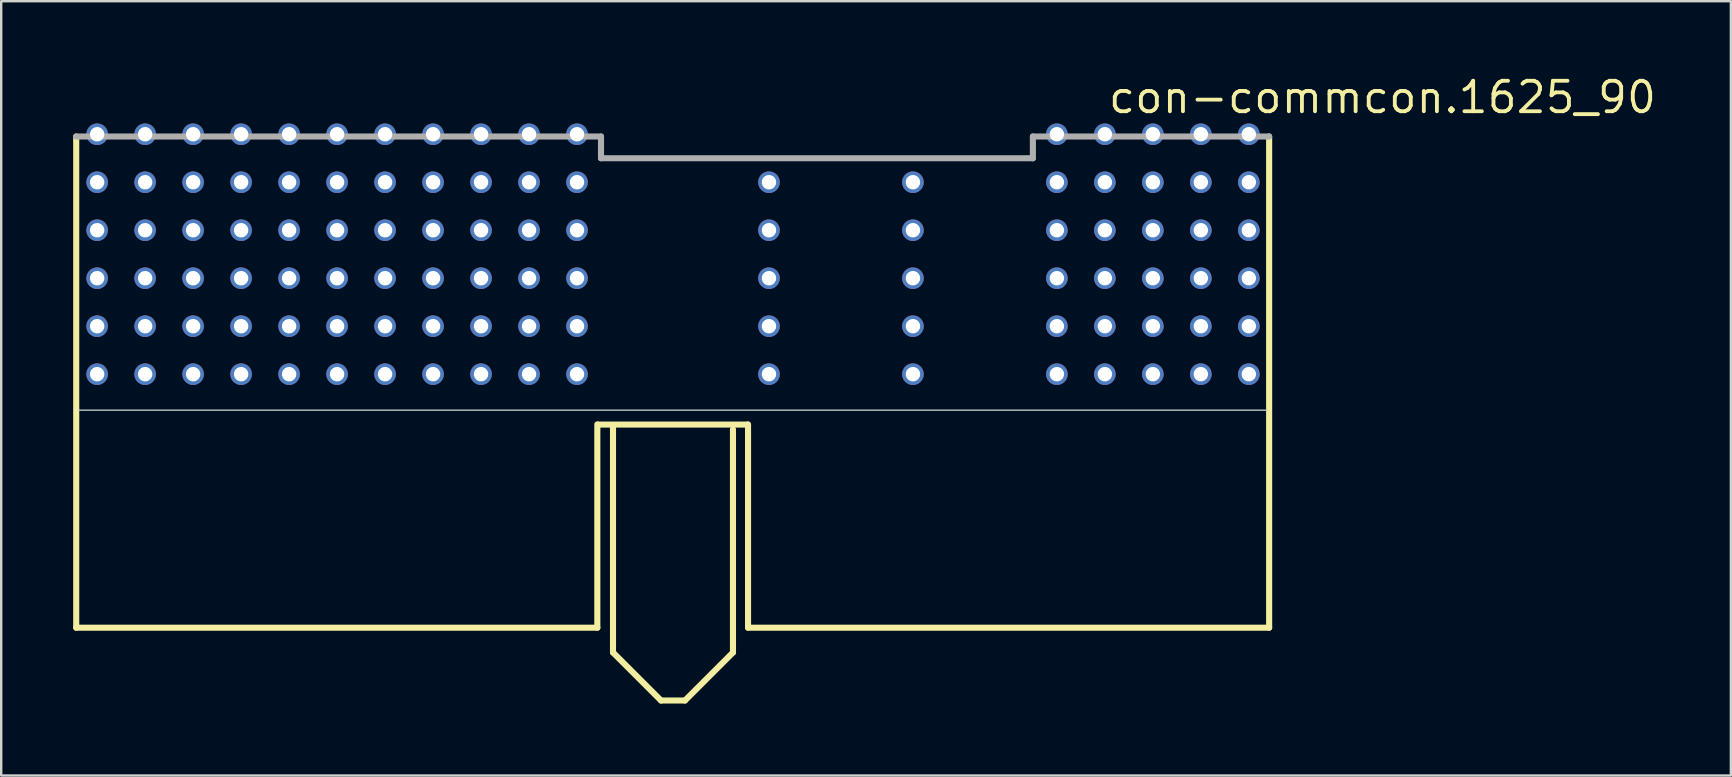
<source format=kicad_pcb>
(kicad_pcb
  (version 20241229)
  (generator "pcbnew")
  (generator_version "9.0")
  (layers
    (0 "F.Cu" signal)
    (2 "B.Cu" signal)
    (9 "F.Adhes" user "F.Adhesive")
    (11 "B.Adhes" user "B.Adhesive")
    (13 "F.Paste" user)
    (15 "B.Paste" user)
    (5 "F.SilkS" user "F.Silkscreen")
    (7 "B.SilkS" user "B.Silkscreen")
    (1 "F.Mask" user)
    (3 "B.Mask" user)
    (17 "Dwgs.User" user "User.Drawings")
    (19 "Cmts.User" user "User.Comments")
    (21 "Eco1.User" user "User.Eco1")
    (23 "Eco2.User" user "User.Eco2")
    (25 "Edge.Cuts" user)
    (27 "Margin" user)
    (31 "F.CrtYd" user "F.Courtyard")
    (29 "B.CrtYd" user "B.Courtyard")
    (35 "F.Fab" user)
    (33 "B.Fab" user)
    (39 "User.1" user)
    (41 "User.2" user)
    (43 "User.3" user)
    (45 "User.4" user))
  (footprint "con-commcon.1625_90"
    (layer "F.Cu")
    (at 24.999 13.815)
    (property "Reference" "con-commcon.1625_90" (at 18.065 -12.065 0) (layer "F.SilkS") (effects (font (size 1.27 1.27) (thickness 0.16)) (justify left bottom)))
    (attr through_hole)
    (fp_line (start -24.872 -11.176) (end -24.872 9.296) (stroke (width 0.254) (type default)) (layer "F.SilkS"))
    (fp_line (start -24.872 9.296) (end -3.153 9.296) (stroke (width 0.254) (type default)) (layer "F.SilkS"))
    (fp_line (start -3.153 9.296) (end -3.153 0.824) (stroke (width 0.254) (type default)) (layer "F.SilkS"))
    (fp_line (start -3.1 0.83) (end 3.1 0.83) (stroke (width 0.254) (type default)) (layer "F.SilkS"))
    (fp_line (start -2.5 10.33) (end -2.5 0.93) (stroke (width 0.254) (type default)) (layer "F.SilkS"))
    (fp_line (start -2.5 10.33) (end -0.5 12.33) (stroke (width 0.254) (type default)) (layer "F.SilkS"))
    (fp_line (start -0.5 12.33) (end 0.5 12.33) (stroke (width 0.254) (type default)) (layer "F.SilkS"))
    (fp_line (start 0.5 12.33) (end 2.5 10.33) (stroke (width 0.254) (type default)) (layer "F.SilkS"))
    (fp_line (start 2.5 10.33) (end 2.5 1.03) (stroke (width 0.254) (type default)) (layer "F.SilkS"))
    (fp_line (start 3.128 0.824) (end 3.128 9.296) (stroke (width 0.254) (type default)) (layer "F.SilkS"))
    (fp_line (start 3.128 9.296) (end 24.847 9.296) (stroke (width 0.254) (type default)) (layer "F.SilkS"))
    (fp_line (start 24.847 9.296) (end 24.847 -11.176) (stroke (width 0.254) (type default)) (layer "F.SilkS"))
    (fp_line (start -24.789 0.23) (end 24.789 0.23) (stroke (width 0.051) (type default)) (layer "Edge.Cuts"))
    (fp_line (start -3 -11.176) (end -24.872 -11.176) (stroke (width 0.254) (type default)) (layer "F.Fab"))
    (fp_line (start -3 -10.27) (end -3 -11.176) (stroke (width 0.254) (type default)) (layer "F.Fab"))
    (fp_line (start 15 -11.176) (end 15 -10.27) (stroke (width 0.254) (type default)) (layer "F.Fab"))
    (fp_line (start 15 -10.27) (end -3 -10.27) (stroke (width 0.254) (type default)) (layer "F.Fab"))
    (fp_line (start 24.847 -11.176) (end 15 -11.176) (stroke (width 0.254) (type default)) (layer "F.Fab"))
    (pad "A1" thru_hole circle (at 24 -1.27) (size 0.9 0.9) (drill 0.6) (layers "*.Cu" "*.Mask"))
    (pad "A2" thru_hole circle (at 22 -1.27) (size 0.9 0.9) (drill 0.6) (layers "*.Cu" "*.Mask"))
    (pad "A3" thru_hole circle (at 20 -1.27) (size 0.9 0.9) (drill 0.6) (layers "*.Cu" "*.Mask"))
    (pad "A4" thru_hole circle (at 18 -1.27) (size 0.9 0.9) (drill 0.6) (layers "*.Cu" "*.Mask"))
    (pad "A5" thru_hole circle (at 16 -1.27) (size 0.9 0.9) (drill 0.6) (layers "*.Cu" "*.Mask"))
    (pad "A8" thru_hole circle (at 10 -1.27) (size 0.9 0.9) (drill 0.6) (layers "*.Cu" "*.Mask"))
    (pad "A11" thru_hole circle (at 4 -1.27) (size 0.9 0.9) (drill 0.6) (layers "*.Cu" "*.Mask"))
    (pad "A12" thru_hole circle (at -4 -1.27) (size 0.9 0.9) (drill 0.6) (layers "*.Cu" "*.Mask"))
    (pad "A13" thru_hole circle (at -6 -1.27) (size 0.9 0.9) (drill 0.6) (layers "*.Cu" "*.Mask"))
    (pad "A14" thru_hole circle (at -8 -1.27) (size 0.9 0.9) (drill 0.6) (layers "*.Cu" "*.Mask"))
    (pad "A15" thru_hole circle (at -10 -1.27) (size 0.9 0.9) (drill 0.6) (layers "*.Cu" "*.Mask"))
    (pad "A16" thru_hole circle (at -12 -1.27) (size 0.9 0.9) (drill 0.6) (layers "*.Cu" "*.Mask"))
    (pad "A17" thru_hole circle (at -14 -1.27) (size 0.9 0.9) (drill 0.6) (layers "*.Cu" "*.Mask"))
    (pad "A18" thru_hole circle (at -16 -1.27) (size 0.9 0.9) (drill 0.6) (layers "*.Cu" "*.Mask"))
    (pad "A19" thru_hole circle (at -18 -1.27) (size 0.9 0.9) (drill 0.6) (layers "*.Cu" "*.Mask"))
    (pad "A20" thru_hole circle (at -20 -1.27) (size 0.9 0.9) (drill 0.6) (layers "*.Cu" "*.Mask"))
    (pad "A21" thru_hole circle (at -22 -1.27) (size 0.9 0.9) (drill 0.6) (layers "*.Cu" "*.Mask"))
    (pad "A22" thru_hole circle (at -24 -1.27) (size 0.9 0.9) (drill 0.6) (layers "*.Cu" "*.Mask"))
    (pad "B1" thru_hole circle (at 24 -3.27) (size 0.9 0.9) (drill 0.6) (layers "*.Cu" "*.Mask"))
    (pad "B2" thru_hole circle (at 22 -3.27) (size 0.9 0.9) (drill 0.6) (layers "*.Cu" "*.Mask"))
    (pad "B3" thru_hole circle (at 20 -3.27) (size 0.9 0.9) (drill 0.6) (layers "*.Cu" "*.Mask"))
    (pad "B4" thru_hole circle (at 18 -3.27) (size 0.9 0.9) (drill 0.6) (layers "*.Cu" "*.Mask"))
    (pad "B5" thru_hole circle (at 16 -3.27) (size 0.9 0.9) (drill 0.6) (layers "*.Cu" "*.Mask"))
    (pad "B8" thru_hole circle (at 10 -3.27) (size 0.9 0.9) (drill 0.6) (layers "*.Cu" "*.Mask"))
    (pad "B11" thru_hole circle (at 4 -3.27) (size 0.9 0.9) (drill 0.6) (layers "*.Cu" "*.Mask"))
    (pad "B12" thru_hole circle (at -4 -3.27) (size 0.9 0.9) (drill 0.6) (layers "*.Cu" "*.Mask"))
    (pad "B13" thru_hole circle (at -6 -3.27) (size 0.9 0.9) (drill 0.6) (layers "*.Cu" "*.Mask"))
    (pad "B14" thru_hole circle (at -8 -3.27) (size 0.9 0.9) (drill 0.6) (layers "*.Cu" "*.Mask"))
    (pad "B15" thru_hole circle (at -10 -3.27) (size 0.9 0.9) (drill 0.6) (layers "*.Cu" "*.Mask"))
    (pad "B16" thru_hole circle (at -12 -3.27) (size 0.9 0.9) (drill 0.6) (layers "*.Cu" "*.Mask"))
    (pad "B17" thru_hole circle (at -14 -3.27) (size 0.9 0.9) (drill 0.6) (layers "*.Cu" "*.Mask"))
    (pad "B18" thru_hole circle (at -16 -3.27) (size 0.9 0.9) (drill 0.6) (layers "*.Cu" "*.Mask"))
    (pad "B19" thru_hole circle (at -18 -3.27) (size 0.9 0.9) (drill 0.6) (layers "*.Cu" "*.Mask"))
    (pad "B20" thru_hole circle (at -20 -3.27) (size 0.9 0.9) (drill 0.6) (layers "*.Cu" "*.Mask"))
    (pad "B21" thru_hole circle (at -22 -3.27) (size 0.9 0.9) (drill 0.6) (layers "*.Cu" "*.Mask"))
    (pad "B22" thru_hole circle (at -24 -3.27) (size 0.9 0.9) (drill 0.6) (layers "*.Cu" "*.Mask"))
    (pad "C1" thru_hole circle (at 24 -5.27) (size 0.9 0.9) (drill 0.6) (layers "*.Cu" "*.Mask"))
    (pad "C2" thru_hole circle (at 22 -5.27) (size 0.9 0.9) (drill 0.6) (layers "*.Cu" "*.Mask"))
    (pad "C3" thru_hole circle (at 20 -5.27) (size 0.9 0.9) (drill 0.6) (layers "*.Cu" "*.Mask"))
    (pad "C4" thru_hole circle (at 18 -5.27) (size 0.9 0.9) (drill 0.6) (layers "*.Cu" "*.Mask"))
    (pad "C5" thru_hole circle (at 16 -5.27) (size 0.9 0.9) (drill 0.6) (layers "*.Cu" "*.Mask"))
    (pad "C8" thru_hole circle (at 10 -5.27) (size 0.9 0.9) (drill 0.6) (layers "*.Cu" "*.Mask"))
    (pad "C11" thru_hole circle (at 4 -5.27) (size 0.9 0.9) (drill 0.6) (layers "*.Cu" "*.Mask"))
    (pad "C12" thru_hole circle (at -4 -5.27) (size 0.9 0.9) (drill 0.6) (layers "*.Cu" "*.Mask"))
    (pad "C13" thru_hole circle (at -6 -5.27) (size 0.9 0.9) (drill 0.6) (layers "*.Cu" "*.Mask"))
    (pad "C14" thru_hole circle (at -8 -5.27) (size 0.9 0.9) (drill 0.6) (layers "*.Cu" "*.Mask"))
    (pad "C15" thru_hole circle (at -10 -5.27) (size 0.9 0.9) (drill 0.6) (layers "*.Cu" "*.Mask"))
    (pad "C16" thru_hole circle (at -12 -5.27) (size 0.9 0.9) (drill 0.6) (layers "*.Cu" "*.Mask"))
    (pad "C17" thru_hole circle (at -14 -5.27) (size 0.9 0.9) (drill 0.6) (layers "*.Cu" "*.Mask"))
    (pad "C18" thru_hole circle (at -16 -5.27) (size 0.9 0.9) (drill 0.6) (layers "*.Cu" "*.Mask"))
    (pad "C19" thru_hole circle (at -18 -5.27) (size 0.9 0.9) (drill 0.6) (layers "*.Cu" "*.Mask"))
    (pad "C20" thru_hole circle (at -20 -5.27) (size 0.9 0.9) (drill 0.6) (layers "*.Cu" "*.Mask"))
    (pad "C21" thru_hole circle (at -22 -5.27) (size 0.9 0.9) (drill 0.6) (layers "*.Cu" "*.Mask"))
    (pad "C22" thru_hole circle (at -24 -5.27) (size 0.9 0.9) (drill 0.6) (layers "*.Cu" "*.Mask"))
    (pad "D1" thru_hole circle (at 24 -7.27) (size 0.9 0.9) (drill 0.6) (layers "*.Cu" "*.Mask"))
    (pad "D2" thru_hole circle (at 22 -7.27) (size 0.9 0.9) (drill 0.6) (layers "*.Cu" "*.Mask"))
    (pad "D3" thru_hole circle (at 20 -7.27) (size 0.9 0.9) (drill 0.6) (layers "*.Cu" "*.Mask"))
    (pad "D4" thru_hole circle (at 18 -7.27) (size 0.9 0.9) (drill 0.6) (layers "*.Cu" "*.Mask"))
    (pad "D5" thru_hole circle (at 16 -7.27) (size 0.9 0.9) (drill 0.6) (layers "*.Cu" "*.Mask"))
    (pad "D8" thru_hole circle (at 10 -7.27) (size 0.9 0.9) (drill 0.6) (layers "*.Cu" "*.Mask"))
    (pad "D11" thru_hole circle (at 4 -7.27) (size 0.9 0.9) (drill 0.6) (layers "*.Cu" "*.Mask"))
    (pad "D12" thru_hole circle (at -4 -7.27) (size 0.9 0.9) (drill 0.6) (layers "*.Cu" "*.Mask"))
    (pad "D13" thru_hole circle (at -6 -7.27) (size 0.9 0.9) (drill 0.6) (layers "*.Cu" "*.Mask"))
    (pad "D14" thru_hole circle (at -8 -7.27) (size 0.9 0.9) (drill 0.6) (layers "*.Cu" "*.Mask"))
    (pad "D15" thru_hole circle (at -10 -7.27) (size 0.9 0.9) (drill 0.6) (layers "*.Cu" "*.Mask"))
    (pad "D16" thru_hole circle (at -12 -7.27) (size 0.9 0.9) (drill 0.6) (layers "*.Cu" "*.Mask"))
    (pad "D17" thru_hole circle (at -14 -7.27) (size 0.9 0.9) (drill 0.6) (layers "*.Cu" "*.Mask"))
    (pad "D18" thru_hole circle (at -16 -7.27) (size 0.9 0.9) (drill 0.6) (layers "*.Cu" "*.Mask"))
    (pad "D19" thru_hole circle (at -18 -7.27) (size 0.9 0.9) (drill 0.6) (layers "*.Cu" "*.Mask"))
    (pad "D20" thru_hole circle (at -20 -7.27) (size 0.9 0.9) (drill 0.6) (layers "*.Cu" "*.Mask"))
    (pad "D21" thru_hole circle (at -22 -7.27) (size 0.9 0.9) (drill 0.6) (layers "*.Cu" "*.Mask"))
    (pad "D22" thru_hole circle (at -24 -7.27) (size 0.9 0.9) (drill 0.6) (layers "*.Cu" "*.Mask"))
    (pad "E1" thru_hole circle (at 24 -9.27) (size 0.9 0.9) (drill 0.6) (layers "*.Cu" "*.Mask"))
    (pad "E2" thru_hole circle (at 22 -9.27) (size 0.9 0.9) (drill 0.6) (layers "*.Cu" "*.Mask"))
    (pad "E3" thru_hole circle (at 20 -9.27) (size 0.9 0.9) (drill 0.6) (layers "*.Cu" "*.Mask"))
    (pad "E4" thru_hole circle (at 18 -9.27) (size 0.9 0.9) (drill 0.6) (layers "*.Cu" "*.Mask"))
    (pad "E5" thru_hole circle (at 16 -9.27) (size 0.9 0.9) (drill 0.6) (layers "*.Cu" "*.Mask"))
    (pad "E8" thru_hole circle (at 10 -9.27) (size 0.9 0.9) (drill 0.6) (layers "*.Cu" "*.Mask"))
    (pad "E11" thru_hole circle (at 4 -9.27) (size 0.9 0.9) (drill 0.6) (layers "*.Cu" "*.Mask"))
    (pad "E12" thru_hole circle (at -4 -9.27) (size 0.9 0.9) (drill 0.6) (layers "*.Cu" "*.Mask"))
    (pad "E13" thru_hole circle (at -6 -9.27) (size 0.9 0.9) (drill 0.6) (layers "*.Cu" "*.Mask"))
    (pad "E14" thru_hole circle (at -8 -9.27) (size 0.9 0.9) (drill 0.6) (layers "*.Cu" "*.Mask"))
    (pad "E15" thru_hole circle (at -10 -9.27) (size 0.9 0.9) (drill 0.6) (layers "*.Cu" "*.Mask"))
    (pad "E16" thru_hole circle (at -12 -9.27) (size 0.9 0.9) (drill 0.6) (layers "*.Cu" "*.Mask"))
    (pad "E17" thru_hole circle (at -14 -9.27) (size 0.9 0.9) (drill 0.6) (layers "*.Cu" "*.Mask"))
    (pad "E18" thru_hole circle (at -16 -9.27) (size 0.9 0.9) (drill 0.6) (layers "*.Cu" "*.Mask"))
    (pad "E19" thru_hole circle (at -18 -9.27) (size 0.9 0.9) (drill 0.6) (layers "*.Cu" "*.Mask"))
    (pad "E20" thru_hole circle (at -20 -9.27) (size 0.9 0.9) (drill 0.6) (layers "*.Cu" "*.Mask"))
    (pad "E21" thru_hole circle (at -22 -9.27) (size 0.9 0.9) (drill 0.6) (layers "*.Cu" "*.Mask"))
    (pad "E22" thru_hole circle (at -24 -9.27) (size 0.9 0.9) (drill 0.6) (layers "*.Cu" "*.Mask"))
    (pad "F1" thru_hole circle (at 24 -11.27) (size 0.9 0.9) (drill 0.6) (layers "*.Cu" "*.Mask"))
    (pad "F2" thru_hole circle (at 22 -11.27) (size 0.9 0.9) (drill 0.6) (layers "*.Cu" "*.Mask"))
    (pad "F3" thru_hole circle (at 20 -11.27) (size 0.9 0.9) (drill 0.6) (layers "*.Cu" "*.Mask"))
    (pad "F4" thru_hole circle (at 18 -11.27) (size 0.9 0.9) (drill 0.6) (layers "*.Cu" "*.Mask"))
    (pad "F5" thru_hole circle (at 16 -11.27) (size 0.9 0.9) (drill 0.6) (layers "*.Cu" "*.Mask"))
    (pad "F12" thru_hole circle (at -4 -11.27) (size 0.9 0.9) (drill 0.6) (layers "*.Cu" "*.Mask"))
    (pad "F13" thru_hole circle (at -6 -11.27) (size 0.9 0.9) (drill 0.6) (layers "*.Cu" "*.Mask"))
    (pad "F14" thru_hole circle (at -8 -11.27) (size 0.9 0.9) (drill 0.6) (layers "*.Cu" "*.Mask"))
    (pad "F15" thru_hole circle (at -10 -11.27) (size 0.9 0.9) (drill 0.6) (layers "*.Cu" "*.Mask"))
    (pad "F16" thru_hole circle (at -12 -11.27) (size 0.9 0.9) (drill 0.6) (layers "*.Cu" "*.Mask"))
    (pad "F17" thru_hole circle (at -14 -11.27) (size 0.9 0.9) (drill 0.6) (layers "*.Cu" "*.Mask"))
    (pad "F18" thru_hole circle (at -16 -11.27) (size 0.9 0.9) (drill 0.6) (layers "*.Cu" "*.Mask"))
    (pad "F19" thru_hole circle (at -18 -11.27) (size 0.9 0.9) (drill 0.6) (layers "*.Cu" "*.Mask"))
    (pad "F20" thru_hole circle (at -20 -11.27) (size 0.9 0.9) (drill 0.6) (layers "*.Cu" "*.Mask"))
    (pad "F21" thru_hole circle (at -22 -11.27) (size 0.9 0.9) (drill 0.6) (layers "*.Cu" "*.Mask"))
    (pad "F22" thru_hole circle (at -24 -11.27) (size 0.9 0.9) (drill 0.6) (layers "*.Cu" "*.Mask")))
  (gr_rect
    (start -3 -3)
    (end 69.09 29.272)
    (stroke (width 0.1) (type default))
    (fill no)
    (layer "Edge.Cuts")))
</source>
